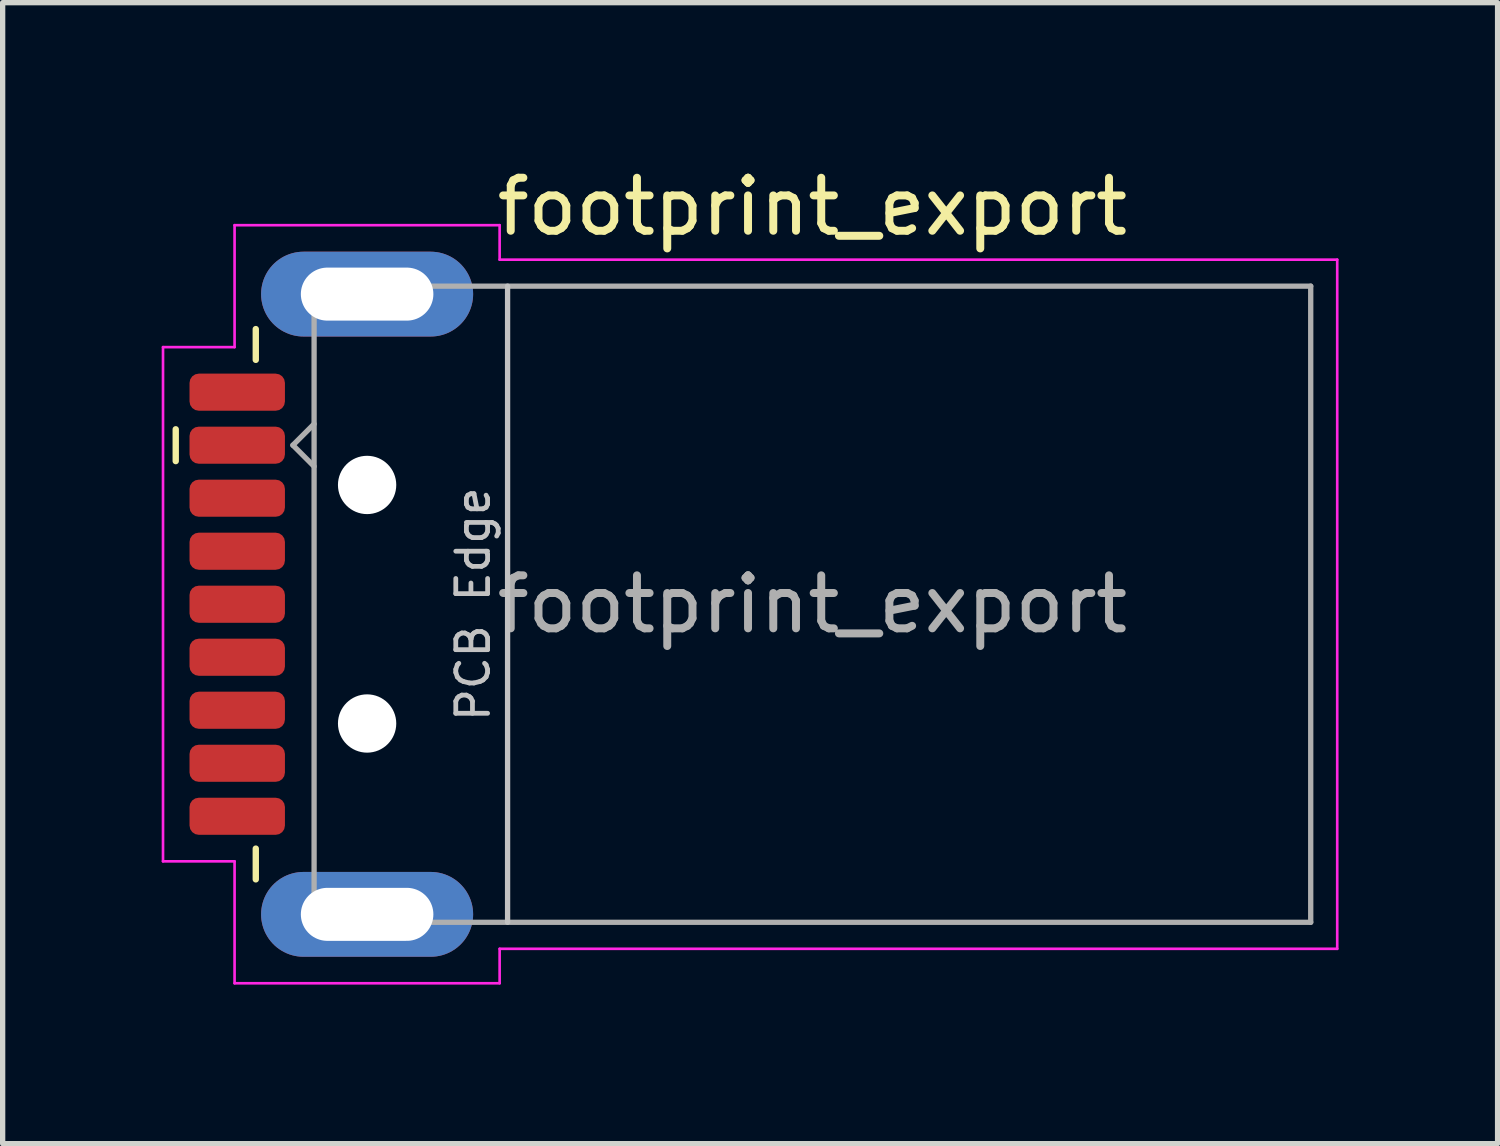
<source format=kicad_pcb>
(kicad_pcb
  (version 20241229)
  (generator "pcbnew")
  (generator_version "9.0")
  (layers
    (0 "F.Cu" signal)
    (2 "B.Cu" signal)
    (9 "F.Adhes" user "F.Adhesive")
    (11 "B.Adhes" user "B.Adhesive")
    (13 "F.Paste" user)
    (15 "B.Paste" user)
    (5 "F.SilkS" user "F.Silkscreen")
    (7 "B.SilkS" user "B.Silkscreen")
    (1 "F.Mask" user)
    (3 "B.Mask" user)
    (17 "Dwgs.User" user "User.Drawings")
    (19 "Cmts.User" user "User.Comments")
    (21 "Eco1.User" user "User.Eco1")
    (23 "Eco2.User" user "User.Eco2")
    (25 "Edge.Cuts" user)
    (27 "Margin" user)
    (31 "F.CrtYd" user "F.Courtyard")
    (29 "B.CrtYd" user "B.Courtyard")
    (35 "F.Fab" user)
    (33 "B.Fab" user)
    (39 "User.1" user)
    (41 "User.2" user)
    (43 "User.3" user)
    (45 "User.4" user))
  (footprint "footprint_export"
    (layer "F.Cu")
    (at 12.275 8.348)
    (property "Reference" "footprint_export" (at 0 -7.5 0) (layer "F.SilkS") (effects (font (size 1 1) (thickness 0.15))))
    (attr smd)
    (fp_line (start -12.01 -2.7) (end -12.01 -3.3) (stroke (width 0.12) (type solid)) (layer "F.SilkS"))
    (fp_line (start -10.5 -4.61) (end -10.5 -5.19) (stroke (width 0.12) (type solid)) (layer "F.SilkS"))
    (fp_line (start -10.5 4.61) (end -10.5 5.19) (stroke (width 0.12) (type solid)) (layer "F.SilkS"))
    (fp_line (start -5.75 6) (end -5.75 -6) (stroke (width 0.1) (type solid)) (layer "Dwgs.User"))
    (fp_line (start -12.25 -4.85) (end -12.25 4.85) (stroke (width 0.05) (type solid)) (layer "F.CrtYd"))
    (fp_line (start -10.9 -7.15) (end -10.9 -4.85) (stroke (width 0.05) (type solid)) (layer "F.CrtYd"))
    (fp_line (start -10.9 -4.85) (end -12.25 -4.85) (stroke (width 0.05) (type solid)) (layer "F.CrtYd"))
    (fp_line (start -10.9 4.85) (end -12.25 4.85) (stroke (width 0.05) (type solid)) (layer "F.CrtYd"))
    (fp_line (start -10.9 7.15) (end -10.9 4.85) (stroke (width 0.05) (type solid)) (layer "F.CrtYd"))
    (fp_line (start -5.9 -7.15) (end -10.9 -7.15) (stroke (width 0.05) (type solid)) (layer "F.CrtYd"))
    (fp_line (start -5.9 -6.5) (end -5.9 -7.15) (stroke (width 0.05) (type solid)) (layer "F.CrtYd"))
    (fp_line (start -5.9 6.5) (end -5.9 7.15) (stroke (width 0.05) (type solid)) (layer "F.CrtYd"))
    (fp_line (start -5.9 7.15) (end -10.9 7.15) (stroke (width 0.05) (type solid)) (layer "F.CrtYd"))
    (fp_line (start 9.9 -6.5) (end -5.9 -6.5) (stroke (width 0.05) (type solid)) (layer "F.CrtYd"))
    (fp_line (start 9.9 6.5) (end -5.9 6.5) (stroke (width 0.05) (type solid)) (layer "F.CrtYd"))
    (fp_line (start 9.9 6.5) (end 9.9 -6.5) (stroke (width 0.05) (type solid)) (layer "F.CrtYd"))
    (fp_line (start -9.8 -3) (end -9.4 -3.4) (stroke (width 0.1) (type solid)) (layer "F.Fab"))
    (fp_line (start -9.8 -3) (end -9.4 -2.6) (stroke (width 0.1) (type solid)) (layer "F.Fab"))
    (fp_line (start -9.4 6) (end -9.4 -6) (stroke (width 0.1) (type solid)) (layer "F.Fab"))
    (fp_line (start 9.4 -6) (end -9.4 -6) (stroke (width 0.1) (type solid)) (layer "F.Fab"))
    (fp_line (start 9.4 6) (end -9.4 6) (stroke (width 0.1) (type solid)) (layer "F.Fab"))
    (fp_line (start 9.4 6) (end 9.4 -6) (stroke (width 0.1) (type solid)) (layer "F.Fab"))
    (fp_text user "PCB Edge" (at -6.4 0 90) (layer "Dwgs.User") (effects (font (size 0.6 0.6) (thickness 0.09))))
    (fp_text user "${REFERENCE}" (at 0 0 180) (layer "F.Fab") (effects (font (size 1 1) (thickness 0.15))))
    (pad "" np_thru_hole circle (at -8.4 -2.25 90) (size 1.1 1.1) (drill 1.1) (layers "*.Cu" "*.Mask"))
    (pad "" np_thru_hole circle (at -8.4 2.25 90) (size 1.1 1.1) (drill 1.1) (layers "*.Cu" "*.Mask"))
    (pad "1" smd roundrect (at -10.85 -3 90) (size 0.7 1.8) (layers "F.Cu" "F.Mask" "F.Paste") (roundrect_rratio 0.25))
    (pad "2" smd roundrect (at -10.85 -1 90) (size 0.7 1.8) (layers "F.Cu" "F.Mask" "F.Paste") (roundrect_rratio 0.25))
    (pad "3" smd roundrect (at -10.85 1 90) (size 0.7 1.8) (layers "F.Cu" "F.Mask" "F.Paste") (roundrect_rratio 0.25))
    (pad "4" smd roundrect (at -10.85 3 90) (size 0.7 1.8) (layers "F.Cu" "F.Mask" "F.Paste") (roundrect_rratio 0.25))
    (pad "5" smd roundrect (at -10.85 4 90) (size 0.7 1.8) (layers "F.Cu" "F.Mask" "F.Paste") (roundrect_rratio 0.25))
    (pad "6" smd roundrect (at -10.85 2 90) (size 0.7 1.8) (layers "F.Cu" "F.Mask" "F.Paste") (roundrect_rratio 0.25))
    (pad "7" smd roundrect (at -10.85 0 90) (size 0.7 1.8) (layers "F.Cu" "F.Mask" "F.Paste") (roundrect_rratio 0.25))
    (pad "8" smd roundrect (at -10.85 -2 90) (size 0.7 1.8) (layers "F.Cu" "F.Mask" "F.Paste") (roundrect_rratio 0.25))
    (pad "9" smd roundrect (at -10.85 -4) (size 1.8 0.7) (layers "F.Cu" "F.Mask" "F.Paste") (roundrect_rratio 0.25))
    (pad "10" thru_hole oval (at -8.4 -5.85 90) (size 1.6 4) (drill oval 1 2.5) (layers "*.Cu" "*.Mask"))
    (pad "10" thru_hole oval (at -8.4 5.85 90) (size 1.6 4) (drill oval 1 2.5) (layers "*.Cu" "*.Mask")))
  (gr_rect
    (start -3 -3)
    (end 25.2 18.523)
    (stroke (width 0.1) (type default))
    (fill no)
    (layer "Edge.Cuts")))
</source>
